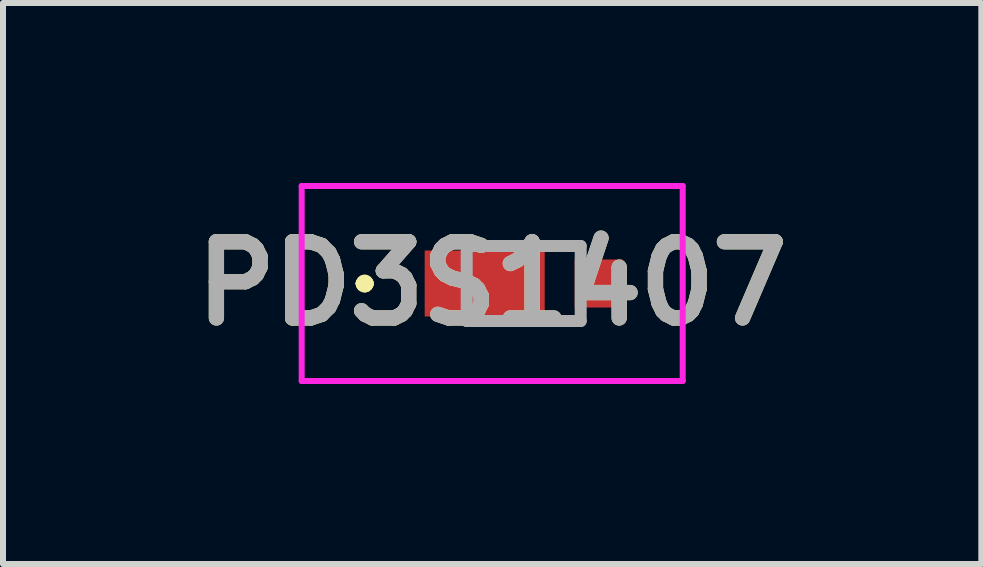
<source format=kicad_pcb>
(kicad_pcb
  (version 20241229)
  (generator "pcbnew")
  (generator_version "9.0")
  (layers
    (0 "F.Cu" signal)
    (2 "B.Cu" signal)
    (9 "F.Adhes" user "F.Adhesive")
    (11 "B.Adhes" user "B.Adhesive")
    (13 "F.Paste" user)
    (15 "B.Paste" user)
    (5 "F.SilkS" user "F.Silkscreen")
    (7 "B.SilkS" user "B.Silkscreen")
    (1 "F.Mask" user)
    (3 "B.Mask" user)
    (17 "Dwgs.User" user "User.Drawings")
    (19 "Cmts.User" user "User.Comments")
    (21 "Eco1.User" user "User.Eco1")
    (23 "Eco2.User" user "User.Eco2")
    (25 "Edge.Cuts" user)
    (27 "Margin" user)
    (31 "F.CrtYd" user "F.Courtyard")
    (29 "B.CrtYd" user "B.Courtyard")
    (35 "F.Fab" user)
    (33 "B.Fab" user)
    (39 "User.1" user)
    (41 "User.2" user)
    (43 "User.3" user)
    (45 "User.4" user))
  (footprint "PD3S1407"
    (layer "F.Cu")
    (at 5.678 1.675)
    (property "Reference" "PD3S1407" (at -0.525 0 0) (layer "F.SilkS") (effects (font (size 1.27 1.27) (thickness 0.254))))
    (attr smd)
    (fp_line (start -2.7 0) (end -2.7 0) (stroke (width 0.2) (type solid)) (layer "F.SilkS"))
    (fp_line (start -2.7 0) (end -2.7 0) (stroke (width 0.2) (type solid)) (layer "F.SilkS"))
    (fp_line (start -2.6 0) (end -2.6 0) (stroke (width 0.2) (type solid)) (layer "F.SilkS"))
    (fp_arc (start -2.7 0) (mid -2.65 -0.05) (end -2.6 0) (stroke (width 0.2) (type solid)) (layer "F.SilkS"))
    (fp_arc (start -2.6 0) (mid -2.65 0.05) (end -2.7 0) (stroke (width 0.2) (type solid)) (layer "F.SilkS"))
    (fp_arc (start -2.6 0) (mid -2.65 0.05) (end -2.7 0) (stroke (width 0.2) (type solid)) (layer "F.SilkS"))
    (fp_line (start -3.7 -1.625) (end 2.65 -1.625) (stroke (width 0.1) (type solid)) (layer "F.CrtYd"))
    (fp_line (start -3.7 1.625) (end -3.7 -1.625) (stroke (width 0.1) (type solid)) (layer "F.CrtYd"))
    (fp_line (start 2.65 -1.625) (end 2.65 1.625) (stroke (width 0.1) (type solid)) (layer "F.CrtYd"))
    (fp_line (start 2.65 1.625) (end -3.7 1.625) (stroke (width 0.1) (type solid)) (layer "F.CrtYd"))
    (fp_line (start -0.95 -0.625) (end -0.95 0.625) (stroke (width 0.2) (type solid)) (layer "F.Fab"))
    (fp_line (start -0.95 0.625) (end 0.95 0.625) (stroke (width 0.2) (type solid)) (layer "F.Fab"))
    (fp_line (start 0.95 -0.625) (end -0.95 -0.625) (stroke (width 0.2) (type solid)) (layer "F.Fab"))
    (fp_line (start 0.95 0.625) (end 0.95 -0.625) (stroke (width 0.2) (type solid)) (layer "F.Fab"))
    (fp_text user "${REFERENCE}" (at -0.525 0 0) (layer "F.Fab") (effects (font (size 1.27 1.27) (thickness 0.254))))
    (pad "1" smd rect (at -0.65 0 90) (size 1.1 2) (layers "F.Cu" "F.Mask" "F.Paste"))
    (pad "2" smd rect (at 1.25 0 90) (size 0.8 0.8) (layers "F.Cu" "F.Mask" "F.Paste")))
  (gr_rect
    (start -3 -3)
    (end 13.305 6.35)
    (stroke (width 0.1) (type default))
    (fill no)
    (layer "Edge.Cuts")))
</source>
